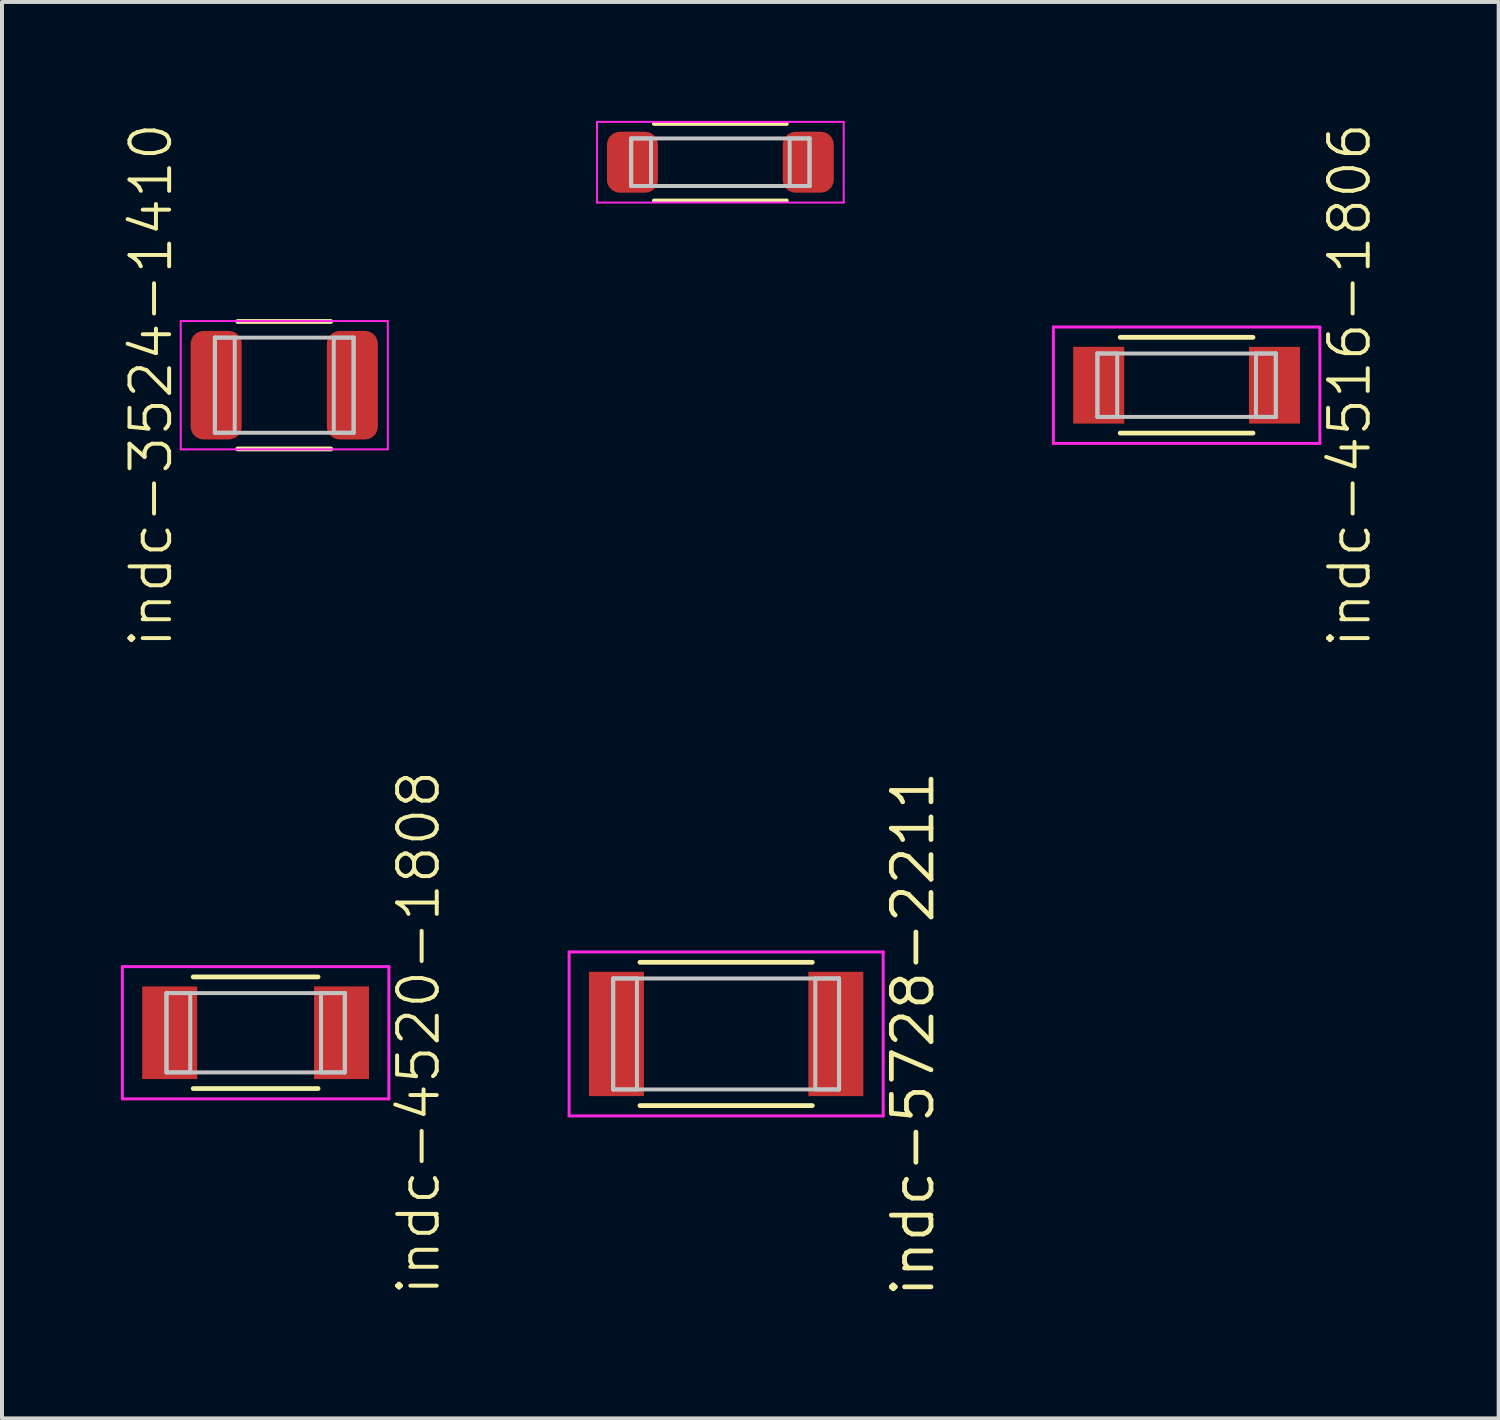
<source format=kicad_pcb>
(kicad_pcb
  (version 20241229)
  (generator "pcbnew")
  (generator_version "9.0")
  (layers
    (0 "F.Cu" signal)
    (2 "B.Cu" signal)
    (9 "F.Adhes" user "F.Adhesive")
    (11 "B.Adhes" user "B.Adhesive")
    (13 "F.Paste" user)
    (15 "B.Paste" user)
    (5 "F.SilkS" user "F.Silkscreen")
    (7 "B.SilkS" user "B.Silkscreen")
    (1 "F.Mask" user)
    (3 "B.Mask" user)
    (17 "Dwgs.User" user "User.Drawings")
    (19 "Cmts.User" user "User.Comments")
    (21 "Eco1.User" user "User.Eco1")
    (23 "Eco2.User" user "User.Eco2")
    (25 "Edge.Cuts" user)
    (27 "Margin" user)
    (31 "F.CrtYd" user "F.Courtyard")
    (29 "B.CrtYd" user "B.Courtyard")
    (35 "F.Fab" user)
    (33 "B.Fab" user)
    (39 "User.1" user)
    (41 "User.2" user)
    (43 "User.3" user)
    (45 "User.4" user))
  (footprint "indc-5728-2211"
    (layer "F.Cu")
    (at 15.271 23.037)
    (property "Reference" "indc-5728-2211" (at 4.712 0 90) (layer "F.SilkS") (effects (font (size 1 1) (thickness 0.12))))
    (attr through_hole)
    (fp_line (start -2.175 -1.808) (end 2.175 -1.808) (stroke (width 0.12) (type solid)) (layer "F.SilkS"))
    (fp_line (start -2.175 1.808) (end 2.175 1.808) (stroke (width 0.12) (type solid)) (layer "F.SilkS"))
    (fp_line (start -2.85 -1.4) (end -2.85 1.4) (stroke (width 0.1) (type solid)) (layer "Dwgs.User"))
    (fp_line (start -2.85 -1.4) (end -2.85 1.4) (stroke (width 0.1) (type solid)) (layer "Dwgs.User"))
    (fp_line (start -2.85 1.4) (end -2.25 1.4) (stroke (width 0.1) (type solid)) (layer "Dwgs.User"))
    (fp_line (start -2.85 1.4) (end 2.85 1.4) (stroke (width 0.1) (type solid)) (layer "Dwgs.User"))
    (fp_line (start -2.25 -1.4) (end -2.85 -1.4) (stroke (width 0.1) (type solid)) (layer "Dwgs.User"))
    (fp_line (start -2.25 1.4) (end -2.25 -1.4) (stroke (width 0.1) (type solid)) (layer "Dwgs.User"))
    (fp_line (start 2.25 -1.4) (end 2.25 1.4) (stroke (width 0.1) (type solid)) (layer "Dwgs.User"))
    (fp_line (start 2.25 1.4) (end 2.85 1.4) (stroke (width 0.1) (type solid)) (layer "Dwgs.User"))
    (fp_line (start 2.85 -1.4) (end -2.85 -1.4) (stroke (width 0.1) (type solid)) (layer "Dwgs.User"))
    (fp_line (start 2.85 -1.4) (end 2.25 -1.4) (stroke (width 0.1) (type solid)) (layer "Dwgs.User"))
    (fp_line (start 2.85 1.4) (end 2.85 -1.4) (stroke (width 0.1) (type solid)) (layer "Dwgs.User"))
    (fp_line (start 2.85 1.4) (end 2.85 -1.4) (stroke (width 0.1) (type solid)) (layer "Dwgs.User"))
    (fp_line (start -0.75 0) (end 0.75 0) (stroke (width 0.12) (type solid)) (layer "Eco1.User"))
    (fp_line (start 0 -0.75) (end 0 0.75) (stroke (width 0.12) (type solid)) (layer "Eco1.User"))
    (fp_circle (center 0 0) (end 0.5 0) (stroke (width 0.12) (type solid)) (fill no) (layer "Eco1.User"))
    (fp_line (start -3.962 -2.068) (end -3.962 2.068) (stroke (width 0.075) (type solid)) (layer "F.CrtYd"))
    (fp_line (start -3.962 2.068) (end 3.962 2.068) (stroke (width 0.075) (type solid)) (layer "F.CrtYd"))
    (fp_line (start 3.962 -2.068) (end -3.962 -2.068) (stroke (width 0.075) (type solid)) (layer "F.CrtYd"))
    (fp_line (start 3.962 2.068) (end 3.962 -2.068) (stroke (width 0.075) (type solid)) (layer "F.CrtYd"))
    (pad "1" smd rect (at -2.768 0) (size 1.387 3.137) (layers "F.Cu" "F.Mask" "F.Paste"))
    (pad "2" smd rect (at 2.768 0) (size 1.387 3.137) (layers "F.Cu" "F.Mask" "F.Paste")))
  (footprint "indc-3524-1410"
    (layer "F.Cu")
    (at 4.122 6.669)
    (property "Reference" "indc-3524-1410" (at -3.362 0 90) (layer "F.SilkS") (effects (font (size 1 1) (thickness 0.1))))
    (attr through_hole)
    (fp_line (start -1.175 -1.608) (end 1.175 -1.608) (stroke (width 0.12) (type solid)) (layer "F.SilkS"))
    (fp_line (start -1.175 1.608) (end 1.175 1.608) (stroke (width 0.12) (type solid)) (layer "F.SilkS"))
    (fp_line (start -1.75 -1.2) (end -1.75 1.2) (stroke (width 0.1) (type solid)) (layer "Dwgs.User"))
    (fp_line (start -1.75 -1.2) (end -1.75 1.2) (stroke (width 0.1) (type solid)) (layer "Dwgs.User"))
    (fp_line (start -1.75 1.2) (end -1.25 1.2) (stroke (width 0.1) (type solid)) (layer "Dwgs.User"))
    (fp_line (start -1.75 1.2) (end 1.75 1.2) (stroke (width 0.1) (type solid)) (layer "Dwgs.User"))
    (fp_line (start -1.25 -1.2) (end -1.75 -1.2) (stroke (width 0.1) (type solid)) (layer "Dwgs.User"))
    (fp_line (start -1.25 1.2) (end -1.25 -1.2) (stroke (width 0.1) (type solid)) (layer "Dwgs.User"))
    (fp_line (start 1.25 -1.2) (end 1.25 1.2) (stroke (width 0.1) (type solid)) (layer "Dwgs.User"))
    (fp_line (start 1.25 1.2) (end 1.75 1.2) (stroke (width 0.1) (type solid)) (layer "Dwgs.User"))
    (fp_line (start 1.75 -1.2) (end -1.75 -1.2) (stroke (width 0.1) (type solid)) (layer "Dwgs.User"))
    (fp_line (start 1.75 -1.2) (end 1.25 -1.2) (stroke (width 0.1) (type solid)) (layer "Dwgs.User"))
    (fp_line (start 1.75 1.2) (end 1.75 -1.2) (stroke (width 0.1) (type solid)) (layer "Dwgs.User"))
    (fp_line (start 1.75 1.2) (end 1.75 -1.2) (stroke (width 0.1) (type solid)) (layer "Dwgs.User"))
    (fp_line (start -2.612 -1.618) (end -2.612 1.618) (stroke (width 0.05) (type solid)) (layer "F.CrtYd"))
    (fp_line (start -2.612 1.618) (end 2.612 1.618) (stroke (width 0.05) (type solid)) (layer "F.CrtYd"))
    (fp_line (start 2.612 -1.618) (end -2.612 -1.618) (stroke (width 0.05) (type solid)) (layer "F.CrtYd"))
    (fp_line (start 2.612 1.618) (end 2.612 -1.618) (stroke (width 0.05) (type solid)) (layer "F.CrtYd"))
    (pad "1" smd roundrect (at -1.718 0) (size 1.287 2.737) (layers "F.Cu" "F.Mask" "F.Paste") (roundrect_rratio 0.25))
    (pad "2" smd roundrect (at 1.718 0) (size 1.287 2.737) (layers "F.Cu" "F.Mask" "F.Paste") (roundrect_rratio 0.25)))
  (footprint "indc-4520-1808"
    (layer "F.Cu")
    (at 3.4 23.007)
    (property "Reference" "indc-4520-1808" (at 4.112 0 90) (layer "F.SilkS") (effects (font (size 1 1) (thickness 0.1))))
    (attr through_hole)
    (fp_line (start -1.575 -1.408) (end 1.575 -1.408) (stroke (width 0.12) (type solid)) (layer "F.SilkS"))
    (fp_line (start -1.575 1.408) (end 1.575 1.408) (stroke (width 0.12) (type solid)) (layer "F.SilkS"))
    (fp_line (start -2.25 -1) (end -2.25 1) (stroke (width 0.1) (type solid)) (layer "Dwgs.User"))
    (fp_line (start -2.25 -1) (end -2.25 1) (stroke (width 0.1) (type solid)) (layer "Dwgs.User"))
    (fp_line (start -2.25 1) (end -1.65 1) (stroke (width 0.1) (type solid)) (layer "Dwgs.User"))
    (fp_line (start -2.25 1) (end 2.25 1) (stroke (width 0.1) (type solid)) (layer "Dwgs.User"))
    (fp_line (start -1.65 -1) (end -2.25 -1) (stroke (width 0.1) (type solid)) (layer "Dwgs.User"))
    (fp_line (start -1.65 1) (end -1.65 -1) (stroke (width 0.1) (type solid)) (layer "Dwgs.User"))
    (fp_line (start 1.65 -1) (end 1.65 1) (stroke (width 0.1) (type solid)) (layer "Dwgs.User"))
    (fp_line (start 1.65 1) (end 2.25 1) (stroke (width 0.1) (type solid)) (layer "Dwgs.User"))
    (fp_line (start 2.25 -1) (end -2.25 -1) (stroke (width 0.1) (type solid)) (layer "Dwgs.User"))
    (fp_line (start 2.25 -1) (end 1.65 -1) (stroke (width 0.1) (type solid)) (layer "Dwgs.User"))
    (fp_line (start 2.25 1) (end 2.25 -1) (stroke (width 0.1) (type solid)) (layer "Dwgs.User"))
    (fp_line (start 2.25 1) (end 2.25 -1) (stroke (width 0.1) (type solid)) (layer "Dwgs.User"))
    (fp_line (start -3.362 -1.668) (end -3.362 1.668) (stroke (width 0.075) (type solid)) (layer "F.CrtYd"))
    (fp_line (start -3.362 1.668) (end 3.362 1.668) (stroke (width 0.075) (type solid)) (layer "F.CrtYd"))
    (fp_line (start 3.362 -1.668) (end -3.362 -1.668) (stroke (width 0.075) (type solid)) (layer "F.CrtYd"))
    (fp_line (start 3.362 1.668) (end 3.362 -1.668) (stroke (width 0.075) (type solid)) (layer "F.CrtYd"))
    (pad "1" smd rect (at -2.168 0) (size 1.387 2.337) (layers "F.Cu" "F.Mask" "F.Paste"))
    (pad "2" smd rect (at 2.168 0) (size 1.387 2.337) (layers "F.Cu" "F.Mask" "F.Paste")))
  (footprint "indc-4512-1805"
    (layer "F.Cu")
    (at 15.125 1.043)
    (property "Reference" "indc-4512-1805" (at 0 0 0) (layer "User.1") (effects (font (size 0.8 0.8) (thickness 0.1))))
    (attr through_hole)
    (fp_line (start -1.675 -0.968) (end 1.675 -0.968) (stroke (width 0.1) (type solid)) (layer "F.SilkS"))
    (fp_line (start -1.675 0.968) (end 1.675 0.968) (stroke (width 0.1) (type solid)) (layer "F.SilkS"))
    (fp_line (start -2.25 -0.6) (end -2.25 0.6) (stroke (width 0.1) (type solid)) (layer "Dwgs.User"))
    (fp_line (start -2.25 -0.6) (end -2.25 0.6) (stroke (width 0.1) (type solid)) (layer "Dwgs.User"))
    (fp_line (start -2.25 0.6) (end -1.75 0.6) (stroke (width 0.1) (type solid)) (layer "Dwgs.User"))
    (fp_line (start -2.25 0.6) (end 2.25 0.6) (stroke (width 0.1) (type solid)) (layer "Dwgs.User"))
    (fp_line (start -1.75 -0.6) (end -2.25 -0.6) (stroke (width 0.1) (type solid)) (layer "Dwgs.User"))
    (fp_line (start -1.75 0.6) (end -1.75 -0.6) (stroke (width 0.1) (type solid)) (layer "Dwgs.User"))
    (fp_line (start 1.75 -0.6) (end 1.75 0.6) (stroke (width 0.1) (type solid)) (layer "Dwgs.User"))
    (fp_line (start 1.75 0.6) (end 2.25 0.6) (stroke (width 0.1) (type solid)) (layer "Dwgs.User"))
    (fp_line (start 2.25 -0.6) (end -2.25 -0.6) (stroke (width 0.1) (type solid)) (layer "Dwgs.User"))
    (fp_line (start 2.25 -0.6) (end 1.75 -0.6) (stroke (width 0.1) (type solid)) (layer "Dwgs.User"))
    (fp_line (start 2.25 0.6) (end 2.25 -0.6) (stroke (width 0.1) (type solid)) (layer "Dwgs.User"))
    (fp_line (start 2.25 0.6) (end 2.25 -0.6) (stroke (width 0.1) (type solid)) (layer "Dwgs.User"))
    (fp_line (start -3.112 -1.018) (end -3.112 1.018) (stroke (width 0.05) (type solid)) (layer "F.CrtYd"))
    (fp_line (start -3.112 1.018) (end 3.112 1.018) (stroke (width 0.05) (type solid)) (layer "F.CrtYd"))
    (fp_line (start 3.112 -1.018) (end -3.112 -1.018) (stroke (width 0.05) (type solid)) (layer "F.CrtYd"))
    (fp_line (start 3.112 1.018) (end 3.112 -1.018) (stroke (width 0.05) (type solid)) (layer "F.CrtYd"))
    (pad "1" smd roundrect (at -2.218 0) (size 1.287 1.537) (layers "F.Cu" "F.Mask" "F.Paste") (roundrect_rratio 0.25))
    (pad "2" smd roundrect (at 2.218 0) (size 1.287 1.537) (layers "F.Cu" "F.Mask" "F.Paste") (roundrect_rratio 0.25)))
  (footprint "indc-4516-1806"
    (layer "F.Cu")
    (at 26.889 6.669)
    (property "Reference" "indc-4516-1806" (at 4.112 0 90) (layer "F.SilkS") (effects (font (size 1 1) (thickness 0.1))))
    (attr through_hole)
    (fp_line (start -1.675 -1.208) (end 1.675 -1.208) (stroke (width 0.12) (type solid)) (layer "F.SilkS"))
    (fp_line (start -1.675 1.208) (end 1.675 1.208) (stroke (width 0.12) (type solid)) (layer "F.SilkS"))
    (fp_line (start -2.25 -0.8) (end -2.25 0.8) (stroke (width 0.1) (type solid)) (layer "Dwgs.User"))
    (fp_line (start -2.25 -0.8) (end -2.25 0.8) (stroke (width 0.1) (type solid)) (layer "Dwgs.User"))
    (fp_line (start -2.25 0.8) (end -1.75 0.8) (stroke (width 0.1) (type solid)) (layer "Dwgs.User"))
    (fp_line (start -2.25 0.8) (end 2.25 0.8) (stroke (width 0.1) (type solid)) (layer "Dwgs.User"))
    (fp_line (start -1.75 -0.8) (end -2.25 -0.8) (stroke (width 0.1) (type solid)) (layer "Dwgs.User"))
    (fp_line (start -1.75 0.8) (end -1.75 -0.8) (stroke (width 0.1) (type solid)) (layer "Dwgs.User"))
    (fp_line (start 1.75 -0.8) (end 1.75 0.8) (stroke (width 0.1) (type solid)) (layer "Dwgs.User"))
    (fp_line (start 1.75 0.8) (end 2.25 0.8) (stroke (width 0.1) (type solid)) (layer "Dwgs.User"))
    (fp_line (start 2.25 -0.8) (end -2.25 -0.8) (stroke (width 0.1) (type solid)) (layer "Dwgs.User"))
    (fp_line (start 2.25 -0.8) (end 1.75 -0.8) (stroke (width 0.1) (type solid)) (layer "Dwgs.User"))
    (fp_line (start 2.25 0.8) (end 2.25 -0.8) (stroke (width 0.1) (type solid)) (layer "Dwgs.User"))
    (fp_line (start 2.25 0.8) (end 2.25 -0.8) (stroke (width 0.1) (type solid)) (layer "Dwgs.User"))
    (fp_line (start -0.75 0) (end 0.75 0) (stroke (width 0.12) (type solid)) (layer "Eco1.User"))
    (fp_line (start 0 -0.75) (end 0 0.75) (stroke (width 0.12) (type solid)) (layer "Eco1.User"))
    (fp_circle (center 0 0) (end 0.5 0) (stroke (width 0.12) (type solid)) (fill no) (layer "Eco1.User"))
    (fp_line (start -3.362 -1.468) (end -3.362 1.468) (stroke (width 0.075) (type solid)) (layer "F.CrtYd"))
    (fp_line (start -3.362 1.468) (end 3.362 1.468) (stroke (width 0.075) (type solid)) (layer "F.CrtYd"))
    (fp_line (start 3.362 -1.468) (end -3.362 -1.468) (stroke (width 0.075) (type solid)) (layer "F.CrtYd"))
    (fp_line (start 3.362 1.468) (end 3.362 -1.468) (stroke (width 0.075) (type solid)) (layer "F.CrtYd"))
    (pad "1" smd rect (at -2.218 0) (size 1.287 1.937) (layers "F.Cu" "F.Mask" "F.Paste"))
    (pad "2" smd rect (at 2.218 0) (size 1.287 1.937) (layers "F.Cu" "F.Mask" "F.Paste")))
  (gr_rect
    (start -3 -3)
    (end 34.762 32.736)
    (stroke (width 0.1) (type default))
    (fill no)
    (layer "Edge.Cuts")))
</source>
